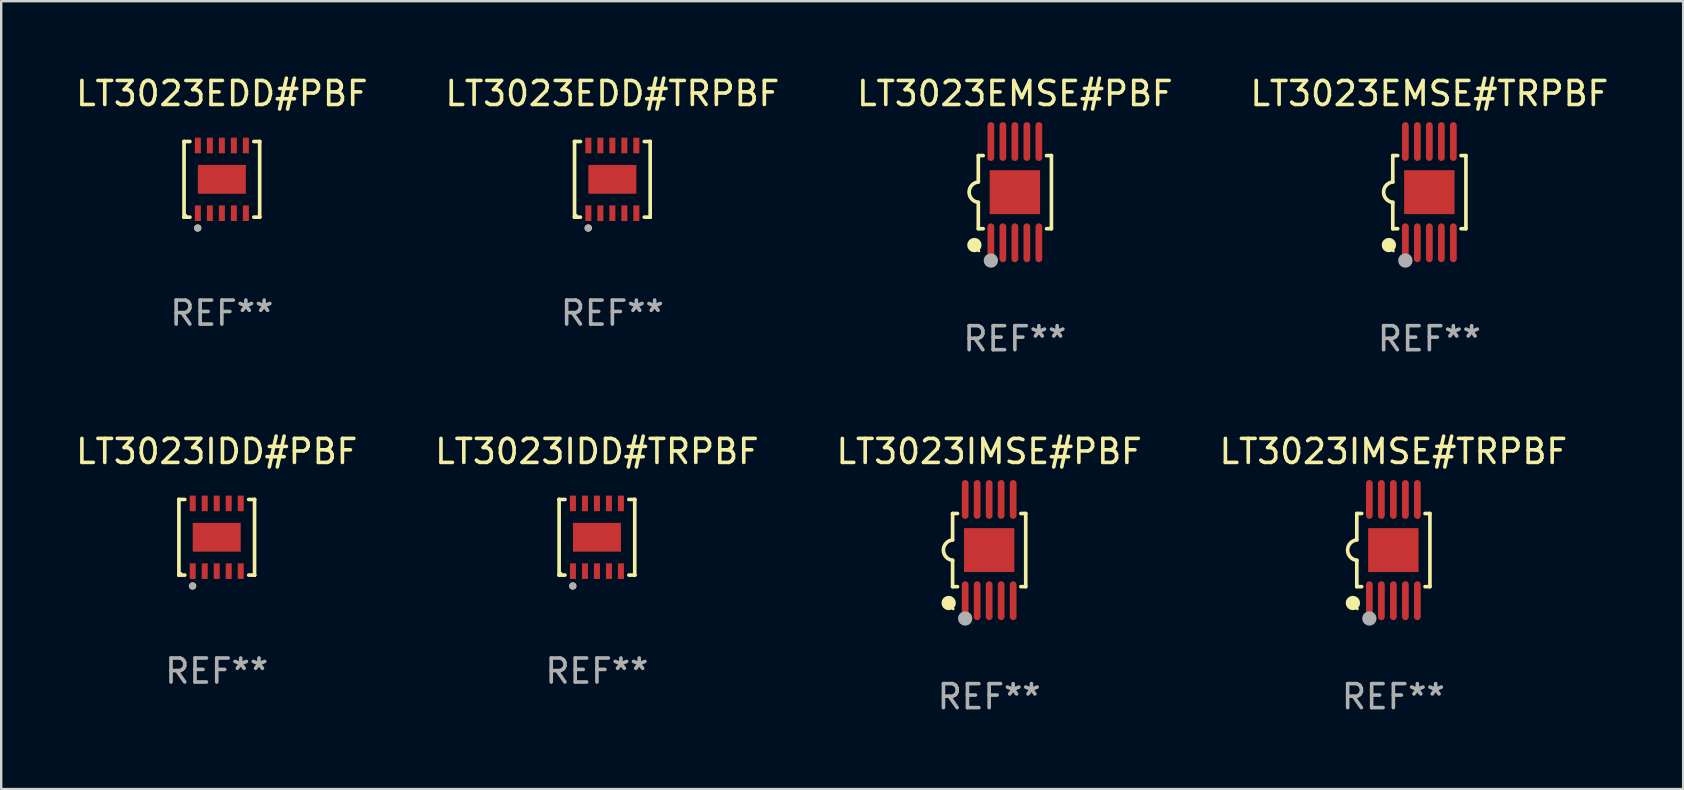
<source format=kicad_pcb>
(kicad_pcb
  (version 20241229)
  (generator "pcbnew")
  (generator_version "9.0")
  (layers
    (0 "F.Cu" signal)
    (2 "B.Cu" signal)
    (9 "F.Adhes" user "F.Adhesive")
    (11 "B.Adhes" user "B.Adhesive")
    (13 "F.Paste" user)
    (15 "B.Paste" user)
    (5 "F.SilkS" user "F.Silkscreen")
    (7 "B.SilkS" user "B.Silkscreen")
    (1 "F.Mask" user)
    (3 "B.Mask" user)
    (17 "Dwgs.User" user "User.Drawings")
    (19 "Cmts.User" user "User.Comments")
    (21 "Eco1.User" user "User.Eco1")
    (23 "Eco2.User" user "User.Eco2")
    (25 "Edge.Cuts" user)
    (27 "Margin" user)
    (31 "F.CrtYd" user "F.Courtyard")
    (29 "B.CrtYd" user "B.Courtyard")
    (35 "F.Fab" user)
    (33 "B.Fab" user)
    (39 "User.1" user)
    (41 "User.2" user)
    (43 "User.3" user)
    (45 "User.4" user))
  (footprint "LT3023IDD#TRPBF"
    (layer "F.Cu")
    (at 21.827 19.341)
    (property "Reference" "LT3023IDD#TRPBF" (at 0 -3.576 0) (layer "F.SilkS") (effects (font (size 1 1) (thickness 0.15))))
    (attr through_hole)
    (fp_line (start -1.576 -1.576) (end -1.576 -1.576) (stroke (width 0.152) (type solid)) (layer "F.SilkS"))
    (fp_line (start -1.576 -1.576) (end -1.331 -1.576) (stroke (width 0.152) (type solid)) (layer "F.SilkS"))
    (fp_line (start -1.576 1.576) (end -1.576 -1.576) (stroke (width 0.152) (type solid)) (layer "F.SilkS"))
    (fp_line (start -1.576 1.576) (end -1.576 1.576) (stroke (width 0.152) (type solid)) (layer "F.SilkS"))
    (fp_line (start -1.331 1.576) (end -1.576 1.576) (stroke (width 0.152) (type solid)) (layer "F.SilkS"))
    (fp_line (start 1.331 1.576) (end 1.576 1.576) (stroke (width 0.152) (type solid)) (layer "F.SilkS"))
    (fp_line (start 1.576 -1.576) (end 1.331 -1.576) (stroke (width 0.152) (type solid)) (layer "F.SilkS"))
    (fp_line (start 1.576 -1.576) (end 1.576 -1.576) (stroke (width 0.152) (type solid)) (layer "F.SilkS"))
    (fp_line (start 1.576 1.576) (end 1.576 -1.576) (stroke (width 0.152) (type solid)) (layer "F.SilkS"))
    (fp_line (start 1.576 1.576) (end 1.576 1.576) (stroke (width 0.152) (type solid)) (layer "F.SilkS"))
    (fp_circle (center -1.5 1.5) (end -1.47 1.5) (stroke (width 0.06) (type solid)) (fill no) (layer "F.SilkS"))
    (fp_circle (center -1 2.028) (end -0.925 2.028) (stroke (width 0.15) (type solid)) (fill no) (layer "F.SilkS"))
    (fp_circle (center -1.016 2.032) (end -0.941 2.032) (stroke (width 0.15) (type solid)) (fill no) (layer "F.Fab"))
    (fp_text user "REF**" (at 0 5.576 0) (layer "F.Fab") (effects (font (size 1 1) (thickness 0.15))))
    (pad "1" smd rect (at -1 1.411) (size 0.25 0.65) (layers "F.Cu" "F.Mask" "F.Paste"))
    (pad "2" smd rect (at -0.5 1.411) (size 0.25 0.65) (layers "F.Cu" "F.Mask" "F.Paste"))
    (pad "3" smd rect (at 0 1.411) (size 0.25 0.65) (layers "F.Cu" "F.Mask" "F.Paste"))
    (pad "4" smd rect (at 0.5 1.411) (size 0.25 0.65) (layers "F.Cu" "F.Mask" "F.Paste"))
    (pad "5" smd rect (at 1 1.411) (size 0.25 0.65) (layers "F.Cu" "F.Mask" "F.Paste"))
    (pad "6" smd rect (at 1 -1.411) (size 0.25 0.65) (layers "F.Cu" "F.Mask" "F.Paste"))
    (pad "7" smd rect (at 0.5 -1.411) (size 0.25 0.65) (layers "F.Cu" "F.Mask" "F.Paste"))
    (pad "8" smd rect (at 0 -1.411) (size 0.25 0.65) (layers "F.Cu" "F.Mask" "F.Paste"))
    (pad "9" smd rect (at -0.5 -1.411) (size 0.25 0.65) (layers "F.Cu" "F.Mask" "F.Paste"))
    (pad "10" smd rect (at -1 -1.411) (size 0.25 0.65) (layers "F.Cu" "F.Mask" "F.Paste"))
    (pad "11" smd rect (at 0 0) (size 2 1.2) (layers "F.Cu" "F.Mask" "F.Paste")))
  (footprint "LT3023EMSE#TRPBF"
    (layer "F.Cu")
    (at 56.518 4.958)
    (property "Reference" "LT3023EMSE#TRPBF" (at 0 -4.11 0) (layer "F.SilkS") (effects (font (size 1 1) (thickness 0.15))))
    (attr through_hole)
    (fp_line (start -1.524 -1.524) (end -1.524 -0.424) (stroke (width 0.152) (type solid)) (layer "F.SilkS"))
    (fp_line (start -1.524 1.524) (end -1.524 0.424) (stroke (width 0.152) (type solid)) (layer "F.SilkS"))
    (fp_line (start -1.524 1.524) (end -1.32 1.524) (stroke (width 0.152) (type solid)) (layer "F.SilkS"))
    (fp_line (start -1.32 -1.524) (end -1.524 -1.524) (stroke (width 0.152) (type solid)) (layer "F.SilkS"))
    (fp_line (start 1.32 1.524) (end 1.524 1.524) (stroke (width 0.152) (type solid)) (layer "F.SilkS"))
    (fp_line (start 1.524 -1.524) (end 1.32 -1.524) (stroke (width 0.152) (type solid)) (layer "F.SilkS"))
    (fp_line (start 1.524 1.524) (end 1.524 -1.524) (stroke (width 0.152) (type solid)) (layer "F.SilkS"))
    (fp_arc (start -1.524003 0.424003) (mid -1.906663 -0.000089) (end -1.524004 -0.424181) (stroke (width 0.151994) (type solid)) (layer "F.SilkS"))
    (fp_circle (center -1.687 2.205) (end -1.537 2.205) (stroke (width 0.3) (type solid)) (fill no) (layer "F.SilkS"))
    (fp_circle (center -1.5 2.45) (end -1.47 2.45) (stroke (width 0.06) (type solid)) (fill no) (layer "F.SilkS"))
    (fp_circle (center -1 2.85) (end -0.85 2.85) (stroke (width 0.3) (type solid)) (fill no) (layer "F.Fab"))
    (fp_text user "REF**" (at 0 6.11 0) (layer "F.Fab") (effects (font (size 1 1) (thickness 0.15))))
    (pad "1" smd oval (at -1 2.11) (size 0.28 1.62) (layers "F.Cu" "F.Mask" "F.Paste"))
    (pad "2" smd oval (at -0.5 2.11) (size 0.28 1.62) (layers "F.Cu" "F.Mask" "F.Paste"))
    (pad "3" smd oval (at 0 2.11) (size 0.28 1.62) (layers "F.Cu" "F.Mask" "F.Paste"))
    (pad "4" smd oval (at 0.5 2.11) (size 0.28 1.62) (layers "F.Cu" "F.Mask" "F.Paste"))
    (pad "5" smd oval (at 1 2.11) (size 0.28 1.62) (layers "F.Cu" "F.Mask" "F.Paste"))
    (pad "6" smd oval (at 1 -2.11) (size 0.28 1.62) (layers "F.Cu" "F.Mask" "F.Paste"))
    (pad "7" smd oval (at 0.5 -2.11) (size 0.28 1.62) (layers "F.Cu" "F.Mask" "F.Paste"))
    (pad "8" smd oval (at 0 -2.11) (size 0.28 1.62) (layers "F.Cu" "F.Mask" "F.Paste"))
    (pad "9" smd oval (at -0.5 -2.11) (size 0.28 1.62) (layers "F.Cu" "F.Mask" "F.Paste"))
    (pad "10" smd oval (at -1 -2.11) (size 0.28 1.62) (layers "F.Cu" "F.Mask" "F.Paste"))
    (pad "11" smd rect (at 0 0) (size 2.1 1.83) (layers "F.Cu" "F.Mask" "F.Paste")))
  (footprint "LT3023IDD#PBF"
    (layer "F.Cu")
    (at 5.982 19.341)
    (property "Reference" "LT3023IDD#PBF" (at 0 -3.576 0) (layer "F.SilkS") (effects (font (size 1 1) (thickness 0.15))))
    (attr through_hole)
    (fp_line (start -1.576 -1.576) (end -1.576 -1.576) (stroke (width 0.152) (type solid)) (layer "F.SilkS"))
    (fp_line (start -1.576 -1.576) (end -1.331 -1.576) (stroke (width 0.152) (type solid)) (layer "F.SilkS"))
    (fp_line (start -1.576 1.576) (end -1.576 -1.576) (stroke (width 0.152) (type solid)) (layer "F.SilkS"))
    (fp_line (start -1.576 1.576) (end -1.576 1.576) (stroke (width 0.152) (type solid)) (layer "F.SilkS"))
    (fp_line (start -1.331 1.576) (end -1.576 1.576) (stroke (width 0.152) (type solid)) (layer "F.SilkS"))
    (fp_line (start 1.331 1.576) (end 1.576 1.576) (stroke (width 0.152) (type solid)) (layer "F.SilkS"))
    (fp_line (start 1.576 -1.576) (end 1.331 -1.576) (stroke (width 0.152) (type solid)) (layer "F.SilkS"))
    (fp_line (start 1.576 -1.576) (end 1.576 -1.576) (stroke (width 0.152) (type solid)) (layer "F.SilkS"))
    (fp_line (start 1.576 1.576) (end 1.576 -1.576) (stroke (width 0.152) (type solid)) (layer "F.SilkS"))
    (fp_line (start 1.576 1.576) (end 1.576 1.576) (stroke (width 0.152) (type solid)) (layer "F.SilkS"))
    (fp_circle (center -1.5 1.5) (end -1.47 1.5) (stroke (width 0.06) (type solid)) (fill no) (layer "F.SilkS"))
    (fp_circle (center -1 2.028) (end -0.925 2.028) (stroke (width 0.15) (type solid)) (fill no) (layer "F.SilkS"))
    (fp_circle (center -1.016 2.032) (end -0.941 2.032) (stroke (width 0.15) (type solid)) (fill no) (layer "F.Fab"))
    (fp_text user "REF**" (at 0 5.576 0) (layer "F.Fab") (effects (font (size 1 1) (thickness 0.15))))
    (pad "1" smd rect (at -1 1.411) (size 0.25 0.65) (layers "F.Cu" "F.Mask" "F.Paste"))
    (pad "2" smd rect (at -0.5 1.411) (size 0.25 0.65) (layers "F.Cu" "F.Mask" "F.Paste"))
    (pad "3" smd rect (at 0 1.411) (size 0.25 0.65) (layers "F.Cu" "F.Mask" "F.Paste"))
    (pad "4" smd rect (at 0.5 1.411) (size 0.25 0.65) (layers "F.Cu" "F.Mask" "F.Paste"))
    (pad "5" smd rect (at 1 1.411) (size 0.25 0.65) (layers "F.Cu" "F.Mask" "F.Paste"))
    (pad "6" smd rect (at 1 -1.411) (size 0.25 0.65) (layers "F.Cu" "F.Mask" "F.Paste"))
    (pad "7" smd rect (at 0.5 -1.411) (size 0.25 0.65) (layers "F.Cu" "F.Mask" "F.Paste"))
    (pad "8" smd rect (at 0 -1.411) (size 0.25 0.65) (layers "F.Cu" "F.Mask" "F.Paste"))
    (pad "9" smd rect (at -0.5 -1.411) (size 0.25 0.65) (layers "F.Cu" "F.Mask" "F.Paste"))
    (pad "10" smd rect (at -1 -1.411) (size 0.25 0.65) (layers "F.Cu" "F.Mask" "F.Paste"))
    (pad "11" smd rect (at 0 0) (size 2 1.2) (layers "F.Cu" "F.Mask" "F.Paste")))
  (footprint "LT3023EMSE#PBF"
    (layer "F.Cu")
    (at 39.244 4.958)
    (property "Reference" "LT3023EMSE#PBF" (at 0 -4.11 0) (layer "F.SilkS") (effects (font (size 1 1) (thickness 0.15))))
    (attr through_hole)
    (fp_line (start -1.524 -1.524) (end -1.524 -0.424) (stroke (width 0.152) (type solid)) (layer "F.SilkS"))
    (fp_line (start -1.524 1.524) (end -1.524 0.424) (stroke (width 0.152) (type solid)) (layer "F.SilkS"))
    (fp_line (start -1.524 1.524) (end -1.32 1.524) (stroke (width 0.152) (type solid)) (layer "F.SilkS"))
    (fp_line (start -1.32 -1.524) (end -1.524 -1.524) (stroke (width 0.152) (type solid)) (layer "F.SilkS"))
    (fp_line (start 1.32 1.524) (end 1.524 1.524) (stroke (width 0.152) (type solid)) (layer "F.SilkS"))
    (fp_line (start 1.524 -1.524) (end 1.32 -1.524) (stroke (width 0.152) (type solid)) (layer "F.SilkS"))
    (fp_line (start 1.524 1.524) (end 1.524 -1.524) (stroke (width 0.152) (type solid)) (layer "F.SilkS"))
    (fp_arc (start -1.524003 0.424003) (mid -1.906663 -0.000089) (end -1.524004 -0.424181) (stroke (width 0.151994) (type solid)) (layer "F.SilkS"))
    (fp_circle (center -1.687 2.205) (end -1.537 2.205) (stroke (width 0.3) (type solid)) (fill no) (layer "F.SilkS"))
    (fp_circle (center -1.5 2.45) (end -1.47 2.45) (stroke (width 0.06) (type solid)) (fill no) (layer "F.SilkS"))
    (fp_circle (center -1 2.85) (end -0.85 2.85) (stroke (width 0.3) (type solid)) (fill no) (layer "F.Fab"))
    (fp_text user "REF**" (at 0 6.11 0) (layer "F.Fab") (effects (font (size 1 1) (thickness 0.15))))
    (pad "1" smd oval (at -1 2.11) (size 0.28 1.62) (layers "F.Cu" "F.Mask" "F.Paste"))
    (pad "2" smd oval (at -0.5 2.11) (size 0.28 1.62) (layers "F.Cu" "F.Mask" "F.Paste"))
    (pad "3" smd oval (at 0 2.11) (size 0.28 1.62) (layers "F.Cu" "F.Mask" "F.Paste"))
    (pad "4" smd oval (at 0.5 2.11) (size 0.28 1.62) (layers "F.Cu" "F.Mask" "F.Paste"))
    (pad "5" smd oval (at 1 2.11) (size 0.28 1.62) (layers "F.Cu" "F.Mask" "F.Paste"))
    (pad "6" smd oval (at 1 -2.11) (size 0.28 1.62) (layers "F.Cu" "F.Mask" "F.Paste"))
    (pad "7" smd oval (at 0.5 -2.11) (size 0.28 1.62) (layers "F.Cu" "F.Mask" "F.Paste"))
    (pad "8" smd oval (at 0 -2.11) (size 0.28 1.62) (layers "F.Cu" "F.Mask" "F.Paste"))
    (pad "9" smd oval (at -0.5 -2.11) (size 0.28 1.62) (layers "F.Cu" "F.Mask" "F.Paste"))
    (pad "10" smd oval (at -1 -2.11) (size 0.28 1.62) (layers "F.Cu" "F.Mask" "F.Paste"))
    (pad "11" smd rect (at 0 0) (size 2.1 1.83) (layers "F.Cu" "F.Mask" "F.Paste")))
  (footprint "LT3023IMSE#TRPBF"
    (layer "F.Cu")
    (at 55.018 19.875)
    (property "Reference" "LT3023IMSE#TRPBF" (at 0 -4.11 0) (layer "F.SilkS") (effects (font (size 1 1) (thickness 0.15))))
    (attr through_hole)
    (fp_line (start -1.524 -1.524) (end -1.524 -0.424) (stroke (width 0.152) (type solid)) (layer "F.SilkS"))
    (fp_line (start -1.524 1.524) (end -1.524 0.424) (stroke (width 0.152) (type solid)) (layer "F.SilkS"))
    (fp_line (start -1.524 1.524) (end -1.32 1.524) (stroke (width 0.152) (type solid)) (layer "F.SilkS"))
    (fp_line (start -1.32 -1.524) (end -1.524 -1.524) (stroke (width 0.152) (type solid)) (layer "F.SilkS"))
    (fp_line (start 1.32 1.524) (end 1.524 1.524) (stroke (width 0.152) (type solid)) (layer "F.SilkS"))
    (fp_line (start 1.524 -1.524) (end 1.32 -1.524) (stroke (width 0.152) (type solid)) (layer "F.SilkS"))
    (fp_line (start 1.524 1.524) (end 1.524 -1.524) (stroke (width 0.152) (type solid)) (layer "F.SilkS"))
    (fp_arc (start -1.524003 0.424003) (mid -1.906663 -0.000089) (end -1.524004 -0.424181) (stroke (width 0.151994) (type solid)) (layer "F.SilkS"))
    (fp_circle (center -1.687 2.205) (end -1.537 2.205) (stroke (width 0.3) (type solid)) (fill no) (layer "F.SilkS"))
    (fp_circle (center -1.5 2.45) (end -1.47 2.45) (stroke (width 0.06) (type solid)) (fill no) (layer "F.SilkS"))
    (fp_circle (center -1 2.85) (end -0.85 2.85) (stroke (width 0.3) (type solid)) (fill no) (layer "F.Fab"))
    (fp_text user "REF**" (at 0 6.11 0) (layer "F.Fab") (effects (font (size 1 1) (thickness 0.15))))
    (pad "1" smd oval (at -1 2.11) (size 0.28 1.62) (layers "F.Cu" "F.Mask" "F.Paste"))
    (pad "2" smd oval (at -0.5 2.11) (size 0.28 1.62) (layers "F.Cu" "F.Mask" "F.Paste"))
    (pad "3" smd oval (at 0 2.11) (size 0.28 1.62) (layers "F.Cu" "F.Mask" "F.Paste"))
    (pad "4" smd oval (at 0.5 2.11) (size 0.28 1.62) (layers "F.Cu" "F.Mask" "F.Paste"))
    (pad "5" smd oval (at 1 2.11) (size 0.28 1.62) (layers "F.Cu" "F.Mask" "F.Paste"))
    (pad "6" smd oval (at 1 -2.11) (size 0.28 1.62) (layers "F.Cu" "F.Mask" "F.Paste"))
    (pad "7" smd oval (at 0.5 -2.11) (size 0.28 1.62) (layers "F.Cu" "F.Mask" "F.Paste"))
    (pad "8" smd oval (at 0 -2.11) (size 0.28 1.62) (layers "F.Cu" "F.Mask" "F.Paste"))
    (pad "9" smd oval (at -0.5 -2.11) (size 0.28 1.62) (layers "F.Cu" "F.Mask" "F.Paste"))
    (pad "10" smd oval (at -1 -2.11) (size 0.28 1.62) (layers "F.Cu" "F.Mask" "F.Paste"))
    (pad "11" smd rect (at 0 0) (size 2.1 1.83) (layers "F.Cu" "F.Mask" "F.Paste")))
  (footprint "LT3023IMSE#PBF"
    (layer "F.Cu")
    (at 38.173 19.875)
    (property "Reference" "LT3023IMSE#PBF" (at 0 -4.11 0) (layer "F.SilkS") (effects (font (size 1 1) (thickness 0.15))))
    (attr through_hole)
    (fp_line (start -1.524 -1.524) (end -1.524 -0.424) (stroke (width 0.152) (type solid)) (layer "F.SilkS"))
    (fp_line (start -1.524 1.524) (end -1.524 0.424) (stroke (width 0.152) (type solid)) (layer "F.SilkS"))
    (fp_line (start -1.524 1.524) (end -1.32 1.524) (stroke (width 0.152) (type solid)) (layer "F.SilkS"))
    (fp_line (start -1.32 -1.524) (end -1.524 -1.524) (stroke (width 0.152) (type solid)) (layer "F.SilkS"))
    (fp_line (start 1.32 1.524) (end 1.524 1.524) (stroke (width 0.152) (type solid)) (layer "F.SilkS"))
    (fp_line (start 1.524 -1.524) (end 1.32 -1.524) (stroke (width 0.152) (type solid)) (layer "F.SilkS"))
    (fp_line (start 1.524 1.524) (end 1.524 -1.524) (stroke (width 0.152) (type solid)) (layer "F.SilkS"))
    (fp_arc (start -1.524003 0.424003) (mid -1.906663 -0.000089) (end -1.524004 -0.424181) (stroke (width 0.151994) (type solid)) (layer "F.SilkS"))
    (fp_circle (center -1.687 2.205) (end -1.537 2.205) (stroke (width 0.3) (type solid)) (fill no) (layer "F.SilkS"))
    (fp_circle (center -1.5 2.45) (end -1.47 2.45) (stroke (width 0.06) (type solid)) (fill no) (layer "F.SilkS"))
    (fp_circle (center -1 2.85) (end -0.85 2.85) (stroke (width 0.3) (type solid)) (fill no) (layer "F.Fab"))
    (fp_text user "REF**" (at 0 6.11 0) (layer "F.Fab") (effects (font (size 1 1) (thickness 0.15))))
    (pad "1" smd oval (at -1 2.11) (size 0.28 1.62) (layers "F.Cu" "F.Mask" "F.Paste"))
    (pad "2" smd oval (at -0.5 2.11) (size 0.28 1.62) (layers "F.Cu" "F.Mask" "F.Paste"))
    (pad "3" smd oval (at 0 2.11) (size 0.28 1.62) (layers "F.Cu" "F.Mask" "F.Paste"))
    (pad "4" smd oval (at 0.5 2.11) (size 0.28 1.62) (layers "F.Cu" "F.Mask" "F.Paste"))
    (pad "5" smd oval (at 1 2.11) (size 0.28 1.62) (layers "F.Cu" "F.Mask" "F.Paste"))
    (pad "6" smd oval (at 1 -2.11) (size 0.28 1.62) (layers "F.Cu" "F.Mask" "F.Paste"))
    (pad "7" smd oval (at 0.5 -2.11) (size 0.28 1.62) (layers "F.Cu" "F.Mask" "F.Paste"))
    (pad "8" smd oval (at 0 -2.11) (size 0.28 1.62) (layers "F.Cu" "F.Mask" "F.Paste"))
    (pad "9" smd oval (at -0.5 -2.11) (size 0.28 1.62) (layers "F.Cu" "F.Mask" "F.Paste"))
    (pad "10" smd oval (at -1 -2.11) (size 0.28 1.62) (layers "F.Cu" "F.Mask" "F.Paste"))
    (pad "11" smd rect (at 0 0) (size 2.1 1.83) (layers "F.Cu" "F.Mask" "F.Paste")))
  (footprint "LT3023EDD#PBF"
    (layer "F.Cu")
    (at 6.196 4.424)
    (property "Reference" "LT3023EDD#PBF" (at 0 -3.576 0) (layer "F.SilkS") (effects (font (size 1 1) (thickness 0.15))))
    (attr through_hole)
    (fp_line (start -1.576 -1.576) (end -1.576 -1.576) (stroke (width 0.152) (type solid)) (layer "F.SilkS"))
    (fp_line (start -1.576 -1.576) (end -1.331 -1.576) (stroke (width 0.152) (type solid)) (layer "F.SilkS"))
    (fp_line (start -1.576 1.576) (end -1.576 -1.576) (stroke (width 0.152) (type solid)) (layer "F.SilkS"))
    (fp_line (start -1.576 1.576) (end -1.576 1.576) (stroke (width 0.152) (type solid)) (layer "F.SilkS"))
    (fp_line (start -1.331 1.576) (end -1.576 1.576) (stroke (width 0.152) (type solid)) (layer "F.SilkS"))
    (fp_line (start 1.331 1.576) (end 1.576 1.576) (stroke (width 0.152) (type solid)) (layer "F.SilkS"))
    (fp_line (start 1.576 -1.576) (end 1.331 -1.576) (stroke (width 0.152) (type solid)) (layer "F.SilkS"))
    (fp_line (start 1.576 -1.576) (end 1.576 -1.576) (stroke (width 0.152) (type solid)) (layer "F.SilkS"))
    (fp_line (start 1.576 1.576) (end 1.576 -1.576) (stroke (width 0.152) (type solid)) (layer "F.SilkS"))
    (fp_line (start 1.576 1.576) (end 1.576 1.576) (stroke (width 0.152) (type solid)) (layer "F.SilkS"))
    (fp_circle (center -1.5 1.5) (end -1.47 1.5) (stroke (width 0.06) (type solid)) (fill no) (layer "F.SilkS"))
    (fp_circle (center -1 2.028) (end -0.925 2.028) (stroke (width 0.15) (type solid)) (fill no) (layer "F.SilkS"))
    (fp_circle (center -1.016 2.032) (end -0.941 2.032) (stroke (width 0.15) (type solid)) (fill no) (layer "F.Fab"))
    (fp_text user "REF**" (at 0 5.576 0) (layer "F.Fab") (effects (font (size 1 1) (thickness 0.15))))
    (pad "1" smd rect (at -1 1.411) (size 0.25 0.65) (layers "F.Cu" "F.Mask" "F.Paste"))
    (pad "2" smd rect (at -0.5 1.411) (size 0.25 0.65) (layers "F.Cu" "F.Mask" "F.Paste"))
    (pad "3" smd rect (at 0 1.411) (size 0.25 0.65) (layers "F.Cu" "F.Mask" "F.Paste"))
    (pad "4" smd rect (at 0.5 1.411) (size 0.25 0.65) (layers "F.Cu" "F.Mask" "F.Paste"))
    (pad "5" smd rect (at 1 1.411) (size 0.25 0.65) (layers "F.Cu" "F.Mask" "F.Paste"))
    (pad "6" smd rect (at 1 -1.411) (size 0.25 0.65) (layers "F.Cu" "F.Mask" "F.Paste"))
    (pad "7" smd rect (at 0.5 -1.411) (size 0.25 0.65) (layers "F.Cu" "F.Mask" "F.Paste"))
    (pad "8" smd rect (at 0 -1.411) (size 0.25 0.65) (layers "F.Cu" "F.Mask" "F.Paste"))
    (pad "9" smd rect (at -0.5 -1.411) (size 0.25 0.65) (layers "F.Cu" "F.Mask" "F.Paste"))
    (pad "10" smd rect (at -1 -1.411) (size 0.25 0.65) (layers "F.Cu" "F.Mask" "F.Paste"))
    (pad "11" smd rect (at 0 0) (size 2 1.2) (layers "F.Cu" "F.Mask" "F.Paste")))
  (footprint "LT3023EDD#TRPBF"
    (layer "F.Cu")
    (at 22.47 4.424)
    (property "Reference" "LT3023EDD#TRPBF" (at 0 -3.576 0) (layer "F.SilkS") (effects (font (size 1 1) (thickness 0.15))))
    (attr through_hole)
    (fp_line (start -1.576 -1.576) (end -1.576 -1.576) (stroke (width 0.152) (type solid)) (layer "F.SilkS"))
    (fp_line (start -1.576 -1.576) (end -1.331 -1.576) (stroke (width 0.152) (type solid)) (layer "F.SilkS"))
    (fp_line (start -1.576 1.576) (end -1.576 -1.576) (stroke (width 0.152) (type solid)) (layer "F.SilkS"))
    (fp_line (start -1.576 1.576) (end -1.576 1.576) (stroke (width 0.152) (type solid)) (layer "F.SilkS"))
    (fp_line (start -1.331 1.576) (end -1.576 1.576) (stroke (width 0.152) (type solid)) (layer "F.SilkS"))
    (fp_line (start 1.331 1.576) (end 1.576 1.576) (stroke (width 0.152) (type solid)) (layer "F.SilkS"))
    (fp_line (start 1.576 -1.576) (end 1.331 -1.576) (stroke (width 0.152) (type solid)) (layer "F.SilkS"))
    (fp_line (start 1.576 -1.576) (end 1.576 -1.576) (stroke (width 0.152) (type solid)) (layer "F.SilkS"))
    (fp_line (start 1.576 1.576) (end 1.576 -1.576) (stroke (width 0.152) (type solid)) (layer "F.SilkS"))
    (fp_line (start 1.576 1.576) (end 1.576 1.576) (stroke (width 0.152) (type solid)) (layer "F.SilkS"))
    (fp_circle (center -1.5 1.5) (end -1.47 1.5) (stroke (width 0.06) (type solid)) (fill no) (layer "F.SilkS"))
    (fp_circle (center -1 2.028) (end -0.925 2.028) (stroke (width 0.15) (type solid)) (fill no) (layer "F.SilkS"))
    (fp_circle (center -1.016 2.032) (end -0.941 2.032) (stroke (width 0.15) (type solid)) (fill no) (layer "F.Fab"))
    (fp_text user "REF**" (at 0 5.576 0) (layer "F.Fab") (effects (font (size 1 1) (thickness 0.15))))
    (pad "1" smd rect (at -1 1.411) (size 0.25 0.65) (layers "F.Cu" "F.Mask" "F.Paste"))
    (pad "2" smd rect (at -0.5 1.411) (size 0.25 0.65) (layers "F.Cu" "F.Mask" "F.Paste"))
    (pad "3" smd rect (at 0 1.411) (size 0.25 0.65) (layers "F.Cu" "F.Mask" "F.Paste"))
    (pad "4" smd rect (at 0.5 1.411) (size 0.25 0.65) (layers "F.Cu" "F.Mask" "F.Paste"))
    (pad "5" smd rect (at 1 1.411) (size 0.25 0.65) (layers "F.Cu" "F.Mask" "F.Paste"))
    (pad "6" smd rect (at 1 -1.411) (size 0.25 0.65) (layers "F.Cu" "F.Mask" "F.Paste"))
    (pad "7" smd rect (at 0.5 -1.411) (size 0.25 0.65) (layers "F.Cu" "F.Mask" "F.Paste"))
    (pad "8" smd rect (at 0 -1.411) (size 0.25 0.65) (layers "F.Cu" "F.Mask" "F.Paste"))
    (pad "9" smd rect (at -0.5 -1.411) (size 0.25 0.65) (layers "F.Cu" "F.Mask" "F.Paste"))
    (pad "10" smd rect (at -1 -1.411) (size 0.25 0.65) (layers "F.Cu" "F.Mask" "F.Paste"))
    (pad "11" smd rect (at 0 0) (size 2 1.2) (layers "F.Cu" "F.Mask" "F.Paste")))
  (gr_rect
    (start -3 -3)
    (end 67.095 29.833)
    (stroke (width 0.1) (type default))
    (fill no)
    (layer "Edge.Cuts")))
</source>
